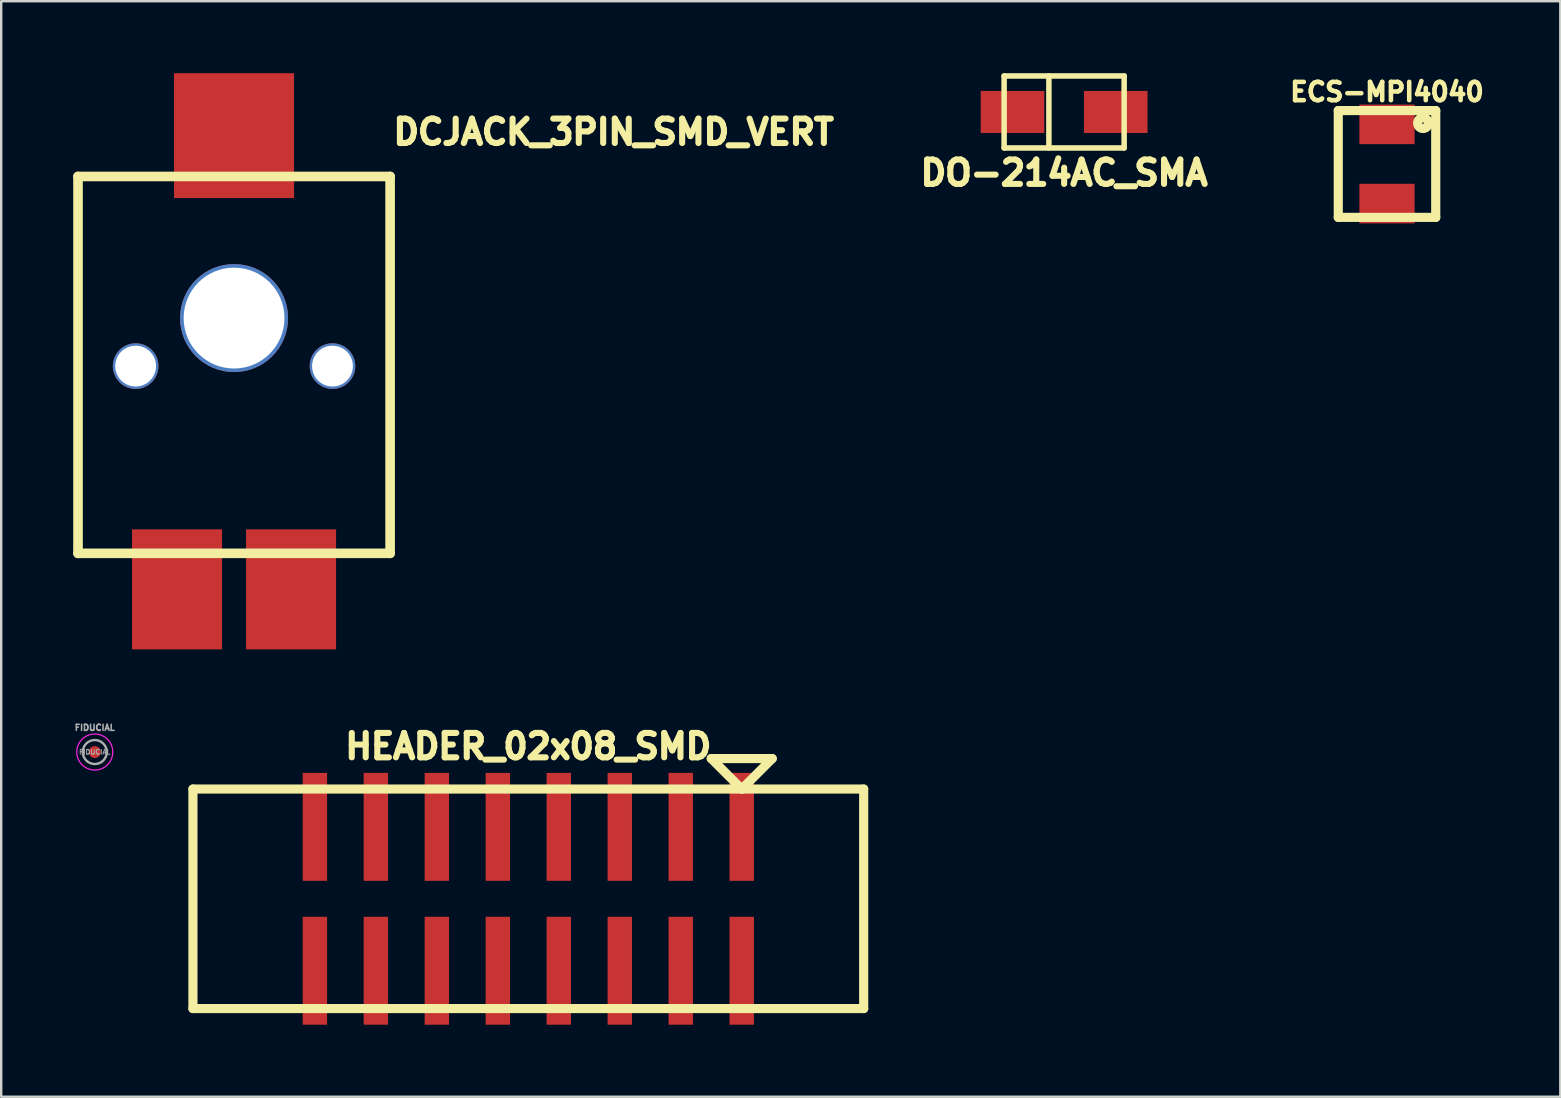
<source format=kicad_pcb>
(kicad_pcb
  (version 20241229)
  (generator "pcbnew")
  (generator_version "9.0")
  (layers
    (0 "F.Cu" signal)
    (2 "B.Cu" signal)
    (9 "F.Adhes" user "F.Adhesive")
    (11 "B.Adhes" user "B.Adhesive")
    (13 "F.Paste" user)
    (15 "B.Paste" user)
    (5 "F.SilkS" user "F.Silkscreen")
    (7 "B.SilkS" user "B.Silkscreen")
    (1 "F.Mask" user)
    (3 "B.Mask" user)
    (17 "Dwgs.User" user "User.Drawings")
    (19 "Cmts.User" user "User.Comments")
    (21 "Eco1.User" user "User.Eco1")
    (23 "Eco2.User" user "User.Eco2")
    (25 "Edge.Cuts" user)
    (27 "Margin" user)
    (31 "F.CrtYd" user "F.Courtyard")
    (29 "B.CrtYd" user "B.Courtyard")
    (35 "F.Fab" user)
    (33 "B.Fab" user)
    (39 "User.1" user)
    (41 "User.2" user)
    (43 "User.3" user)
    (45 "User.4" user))
  (footprint "HEADER_02x08_SMD"
    (layer "F.Cu")
    (at 18.957 34.39)
    (property "Reference" "HEADER_02x08_SMD" (at 0 -6.35 0) (layer "F.SilkS") (effects (font (size 1.016 1.016) (thickness 0.254))))
    (attr through_hole)
    (fp_line (start -13.97 -4.572) (end -13.97 4.572) (stroke (width 0.381) (type solid)) (layer "F.SilkS"))
    (fp_line (start -13.97 4.572) (end 13.97 4.572) (stroke (width 0.381) (type solid)) (layer "F.SilkS"))
    (fp_line (start 7.62 -5.842) (end 8.89 -4.572) (stroke (width 0.381) (type solid)) (layer "F.SilkS"))
    (fp_line (start 8.89 -4.572) (end 10.16 -5.842) (stroke (width 0.381) (type solid)) (layer "F.SilkS"))
    (fp_line (start 10.16 -5.842) (end 7.62 -5.842) (stroke (width 0.381) (type solid)) (layer "F.SilkS"))
    (fp_line (start 13.97 -4.572) (end -13.97 -4.572) (stroke (width 0.381) (type solid)) (layer "F.SilkS"))
    (fp_line (start 13.97 -4.572) (end 13.97 4.572) (stroke (width 0.381) (type solid)) (layer "F.SilkS"))
    (pad "1" smd rect (at 8.89 -2.997) (size 1.016 4.496) (layers "F.Cu" "F.Mask" "F.Paste"))
    (pad "2" smd rect (at 8.89 2.997) (size 1.016 4.496) (layers "F.Cu" "F.Mask" "F.Paste"))
    (pad "3" smd rect (at 6.35 -2.997) (size 1.016 4.496) (layers "F.Cu" "F.Mask" "F.Paste"))
    (pad "4" smd rect (at 6.35 2.997) (size 1.016 4.496) (layers "F.Cu" "F.Mask" "F.Paste"))
    (pad "5" smd rect (at 3.81 -2.997) (size 1.016 4.496) (layers "F.Cu" "F.Mask" "F.Paste"))
    (pad "6" smd rect (at 3.81 2.997) (size 1.016 4.496) (layers "F.Cu" "F.Mask" "F.Paste"))
    (pad "7" smd rect (at 1.27 -2.997) (size 1.016 4.496) (layers "F.Cu" "F.Mask" "F.Paste"))
    (pad "8" smd rect (at 1.27 2.997) (size 1.016 4.496) (layers "F.Cu" "F.Mask" "F.Paste"))
    (pad "9" smd rect (at -1.27 -2.997) (size 1.016 4.496) (layers "F.Cu" "F.Mask" "F.Paste"))
    (pad "10" smd rect (at -1.27 2.997) (size 1.016 4.496) (layers "F.Cu" "F.Mask" "F.Paste"))
    (pad "11" smd rect (at -3.81 -2.997) (size 1.016 4.496) (layers "F.Cu" "F.Mask" "F.Paste"))
    (pad "12" smd rect (at -3.81 2.997) (size 1.016 4.496) (layers "F.Cu" "F.Mask" "F.Paste"))
    (pad "13" smd rect (at -6.35 -2.997) (size 1.016 4.496) (layers "F.Cu" "F.Mask" "F.Paste"))
    (pad "14" smd rect (at -6.35 2.997) (size 1.016 4.496) (layers "F.Cu" "F.Mask" "F.Paste"))
    (pad "15" smd rect (at -8.89 -2.997) (size 1.016 4.496) (layers "F.Cu" "F.Mask" "F.Paste"))
    (pad "16" smd rect (at -8.89 2.997) (size 1.016 4.496) (layers "F.Cu" "F.Mask" "F.Paste")))
  (footprint "ECS-MPI4040"
    (layer "F.Cu")
    (at 54.726 3.78)
    (property "Reference" "ECS-MPI4040" (at 0 -3 0) (layer "F.SilkS") (effects (font (size 0.762 0.762) (thickness 0.191))))
    (attr through_hole)
    (fp_line (start -2.03 -2.225) (end -2.03 2.225) (stroke (width 0.381) (type solid)) (layer "F.SilkS"))
    (fp_line (start -2.03 -2.225) (end 2.03 -2.225) (stroke (width 0.381) (type solid)) (layer "F.SilkS"))
    (fp_line (start -2.03 2.225) (end 2.03 2.225) (stroke (width 0.381) (type solid)) (layer "F.SilkS"))
    (fp_line (start 2.03 -2.225) (end 2.03 2.225) (stroke (width 0.381) (type solid)) (layer "F.SilkS"))
    (fp_circle (center 1.5 -1.7) (end 1.7 -1.8) (stroke (width 0.381) (type solid)) (fill no) (layer "F.SilkS"))
    (pad "1" smd rect (at 0 -1.65) (size 2.3 1.65) (layers "F.Cu" "F.Mask" "F.Paste"))
    (pad "2" smd rect (at 0 1.65) (size 2.3 1.65) (layers "F.Cu" "F.Mask" "F.Paste")))
  (footprint "DCJACK_3PIN_SMD_VERT"
    (layer "F.Cu")
    (at 6.7 10.2)
    (property "Reference" "DCJACK_3PIN_SMD_VERT" (at 6.5 -7.75 180) (layer "F.SilkS") (effects (font (size 1.016 1.016) (thickness 0.254)) (justify left)))
    (attr through_hole)
    (fp_line (start -6.5 -5.9) (end -6.5 9.8) (stroke (width 0.4) (type solid)) (layer "F.SilkS"))
    (fp_line (start -6.5 -5.9) (end 6.5 -5.9) (stroke (width 0.4) (type solid)) (layer "F.SilkS"))
    (fp_line (start -6.5 9.8) (end 6.5 9.8) (stroke (width 0.4) (type solid)) (layer "F.SilkS"))
    (fp_line (start 6.5 -5.9) (end 6.5 9.8) (stroke (width 0.4) (type solid)) (layer "F.SilkS"))
    (pad "" thru_hole circle (at -4.1 2) (size 1.9 1.9) (drill 1.7) (layers "*.Cu" "*.Mask"))
    (pad "" thru_hole circle (at 0 0) (size 4.5 4.5) (drill 4.2) (layers "*.Cu" "*.Mask"))
    (pad "" thru_hole circle (at 4.1 2) (size 1.9 1.9) (drill 1.7) (layers "*.Cu" "*.Mask"))
    (pad "1" smd rect (at 0 -7.6) (size 5 5.2) (layers "F.Cu" "F.Mask" "F.Paste"))
    (pad "2" smd rect (at -2.375 11.3) (size 3.75 5) (layers "F.Cu" "F.Mask" "F.Paste"))
    (pad "3" smd rect (at 2.375 11.3) (size 3.75 5) (layers "F.Cu" "F.Mask" "F.Paste")))
  (footprint "DO-214AC_SMA"
    (layer "F.Cu")
    (at 41.277 1.614)
    (property "Reference" "DO-214AC_SMA" (at 0 2.54 0) (layer "F.SilkS") (effects (font (size 1.016 1.016) (thickness 0.254))))
    (attr through_hole)
    (fp_line (start -2.5 -1.5) (end 2.5 -1.5) (stroke (width 0.229) (type solid)) (layer "F.SilkS"))
    (fp_line (start -2.5 1.5) (end -2.5 -1.5) (stroke (width 0.229) (type solid)) (layer "F.SilkS"))
    (fp_line (start -0.635 -1.5) (end -0.635 1.5) (stroke (width 0.229) (type solid)) (layer "F.SilkS"))
    (fp_line (start 2.5 -1.5) (end 2.5 1.5) (stroke (width 0.229) (type solid)) (layer "F.SilkS"))
    (fp_line (start 2.5 1.5) (end -2.5 1.5) (stroke (width 0.229) (type solid)) (layer "F.SilkS"))
    (pad "1" smd rect (at -2.15 0) (size 2.65 1.75) (layers "F.Cu" "F.Mask" "F.Paste"))
    (pad "2" smd rect (at 2.15 0) (size 2.65 1.75) (layers "F.Cu" "F.Mask" "F.Paste")))
  (footprint "FIDUCIAL"
    (layer "F.Cu")
    (at 0.898 28.276)
    (property "Reference" "FIDUCIAL" (at 0 -1.016 0) (layer "F.Fab") (effects (font (size 0.254 0.254) (thickness 0.064))))
    (attr exclude_from_pos_files exclude_from_bom)
    (fp_circle (center 0 0) (end 0.75 0) (stroke (width 0.05) (type solid)) (fill no) (layer "F.CrtYd"))
    (fp_circle (center 0 0) (end 0.5 0) (stroke (width 0.1) (type solid)) (fill no) (layer "F.Fab"))
    (fp_text user "${REFERENCE}" (at 0 0 0) (layer "F.Fab") (effects (font (size 0.2 0.2) (thickness 0.04))))
    (pad "~" smd circle (at 0 0) (size 0.5 0.5) (layers "F.Cu" "F.Mask")))
  (gr_rect
    (start -3 -3)
    (end 61.946 42.635)
    (stroke (width 0.1) (type default))
    (fill no)
    (layer "Edge.Cuts")))
</source>
